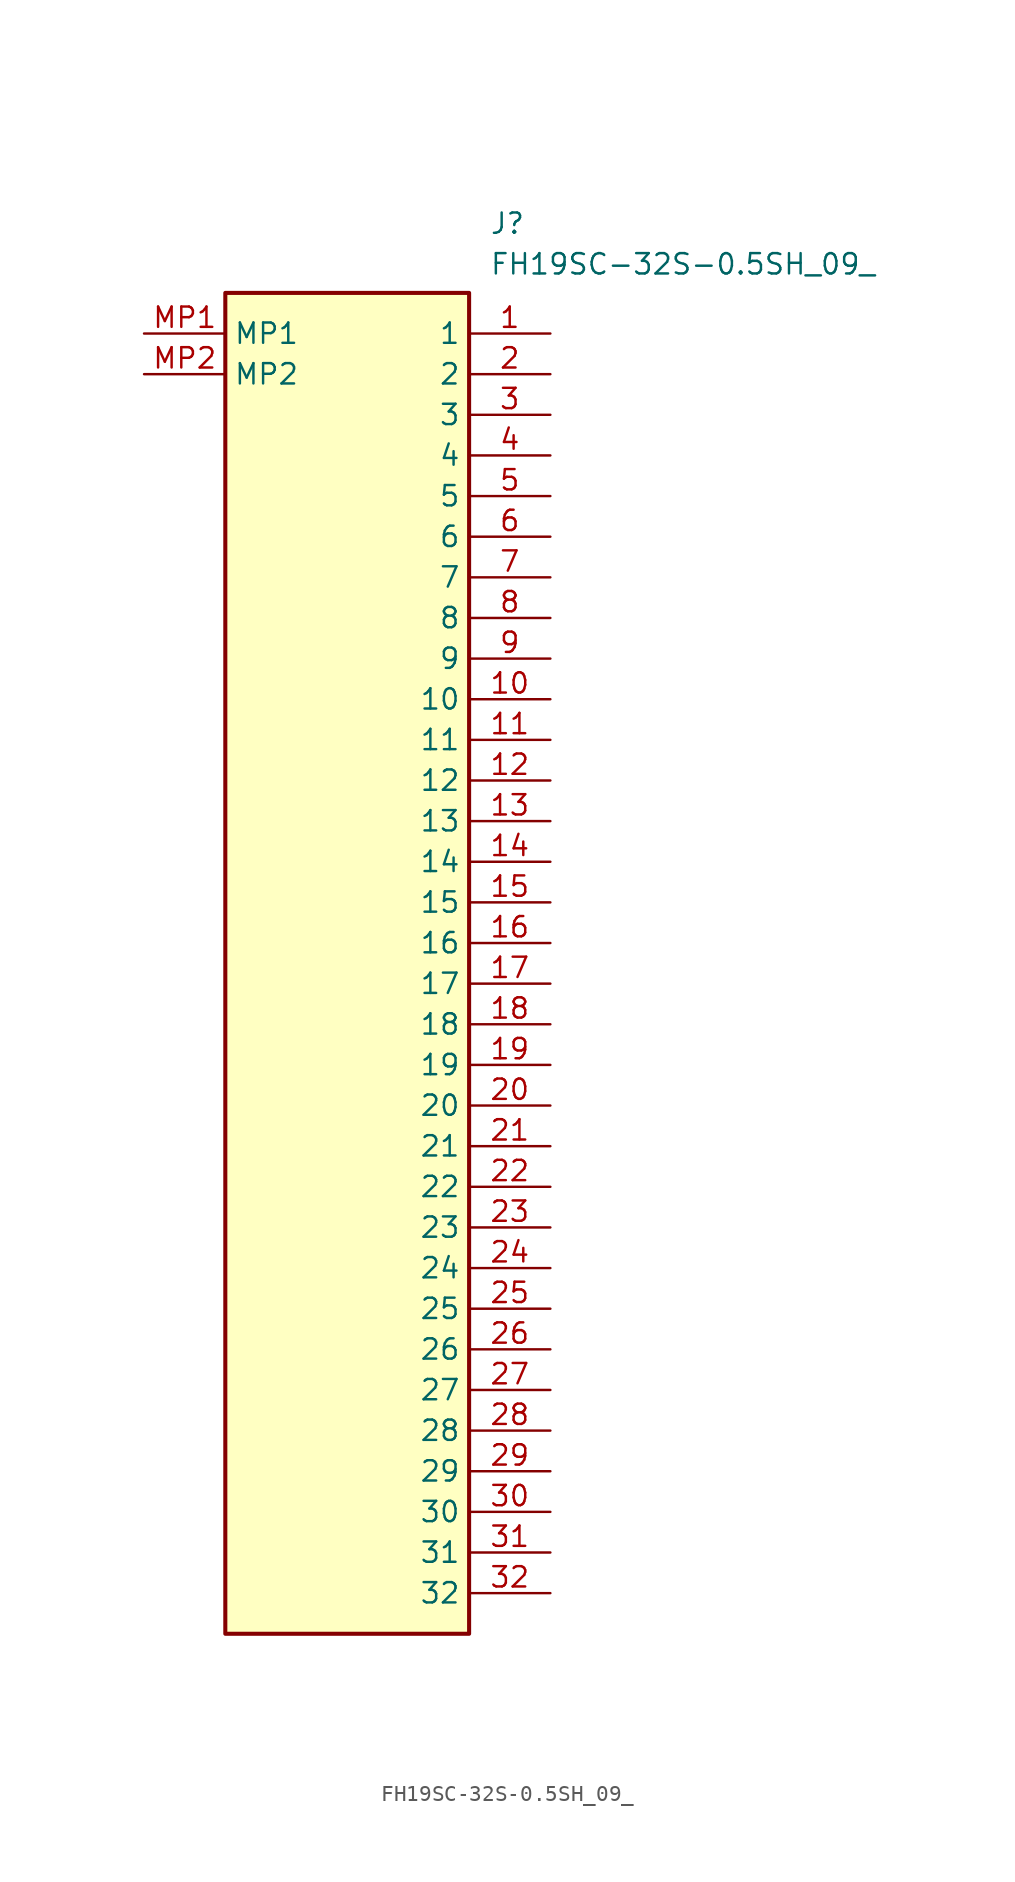
<source format=kicad_sym>
(kicad_symbol_lib
  (version 20211014)
  (generator SamacSys_ECAD_Model)
  (symbol "FH19SC-32S-0.5SH_09_"
    (property "Reference" "J"
      (at 21.59 7.62 0)
      (effects (font (size 1.27 1.27)) (justify left top)))
    (property "Value" "FH19SC-32S-0.5SH_09_"
      (at 21.59 5.08 0)
      (effects (font (size 1.27 1.27)) (justify left top)))
    (rectangle
      (start 5.08 2.54)
      (end 20.32 -81.28)
      (stroke (width 0.254) (type default))
      (fill (type background)))
    (pin passive line
      (at 25.4 0 180)
      (length 5.08)
      (name "1" (effects (font (size 1.27 1.27))))
      (number "1" (effects (font (size 1.27 1.27)))))
    (pin passive line
      (at 25.4 -2.54 180)
      (length 5.08)
      (name "2" (effects (font (size 1.27 1.27))))
      (number "2" (effects (font (size 1.27 1.27)))))
    (pin passive line
      (at 25.4 -5.08 180)
      (length 5.08)
      (name "3" (effects (font (size 1.27 1.27))))
      (number "3" (effects (font (size 1.27 1.27)))))
    (pin passive line
      (at 25.4 -7.62 180)
      (length 5.08)
      (name "4" (effects (font (size 1.27 1.27))))
      (number "4" (effects (font (size 1.27 1.27)))))
    (pin passive line
      (at 25.4 -10.16 180)
      (length 5.08)
      (name "5" (effects (font (size 1.27 1.27))))
      (number "5" (effects (font (size 1.27 1.27)))))
    (pin passive line
      (at 25.4 -12.7 180)
      (length 5.08)
      (name "6" (effects (font (size 1.27 1.27))))
      (number "6" (effects (font (size 1.27 1.27)))))
    (pin passive line
      (at 25.4 -15.24 180)
      (length 5.08)
      (name "7" (effects (font (size 1.27 1.27))))
      (number "7" (effects (font (size 1.27 1.27)))))
    (pin passive line
      (at 25.4 -17.78 180)
      (length 5.08)
      (name "8" (effects (font (size 1.27 1.27))))
      (number "8" (effects (font (size 1.27 1.27)))))
    (pin passive line
      (at 25.4 -20.32 180)
      (length 5.08)
      (name "9" (effects (font (size 1.27 1.27))))
      (number "9" (effects (font (size 1.27 1.27)))))
    (pin passive line
      (at 25.4 -22.86 180)
      (length 5.08)
      (name "10" (effects (font (size 1.27 1.27))))
      (number "10" (effects (font (size 1.27 1.27)))))
    (pin passive line
      (at 25.4 -25.4 180)
      (length 5.08)
      (name "11" (effects (font (size 1.27 1.27))))
      (number "11" (effects (font (size 1.27 1.27)))))
    (pin passive line
      (at 25.4 -27.94 180)
      (length 5.08)
      (name "12" (effects (font (size 1.27 1.27))))
      (number "12" (effects (font (size 1.27 1.27)))))
    (pin passive line
      (at 25.4 -30.48 180)
      (length 5.08)
      (name "13" (effects (font (size 1.27 1.27))))
      (number "13" (effects (font (size 1.27 1.27)))))
    (pin passive line
      (at 25.4 -33.02 180)
      (length 5.08)
      (name "14" (effects (font (size 1.27 1.27))))
      (number "14" (effects (font (size 1.27 1.27)))))
    (pin passive line
      (at 25.4 -35.56 180)
      (length 5.08)
      (name "15" (effects (font (size 1.27 1.27))))
      (number "15" (effects (font (size 1.27 1.27)))))
    (pin passive line
      (at 25.4 -38.1 180)
      (length 5.08)
      (name "16" (effects (font (size 1.27 1.27))))
      (number "16" (effects (font (size 1.27 1.27)))))
    (pin passive line
      (at 25.4 -40.64 180)
      (length 5.08)
      (name "17" (effects (font (size 1.27 1.27))))
      (number "17" (effects (font (size 1.27 1.27)))))
    (pin passive line
      (at 25.4 -43.18 180)
      (length 5.08)
      (name "18" (effects (font (size 1.27 1.27))))
      (number "18" (effects (font (size 1.27 1.27)))))
    (pin passive line
      (at 25.4 -45.72 180)
      (length 5.08)
      (name "19" (effects (font (size 1.27 1.27))))
      (number "19" (effects (font (size 1.27 1.27)))))
    (pin passive line
      (at 25.4 -48.26 180)
      (length 5.08)
      (name "20" (effects (font (size 1.27 1.27))))
      (number "20" (effects (font (size 1.27 1.27)))))
    (pin passive line
      (at 25.4 -50.8 180)
      (length 5.08)
      (name "21" (effects (font (size 1.27 1.27))))
      (number "21" (effects (font (size 1.27 1.27)))))
    (pin passive line
      (at 25.4 -53.34 180)
      (length 5.08)
      (name "22" (effects (font (size 1.27 1.27))))
      (number "22" (effects (font (size 1.27 1.27)))))
    (pin passive line
      (at 25.4 -55.88 180)
      (length 5.08)
      (name "23" (effects (font (size 1.27 1.27))))
      (number "23" (effects (font (size 1.27 1.27)))))
    (pin passive line
      (at 25.4 -58.42 180)
      (length 5.08)
      (name "24" (effects (font (size 1.27 1.27))))
      (number "24" (effects (font (size 1.27 1.27)))))
    (pin passive line
      (at 25.4 -60.96 180)
      (length 5.08)
      (name "25" (effects (font (size 1.27 1.27))))
      (number "25" (effects (font (size 1.27 1.27)))))
    (pin passive line
      (at 25.4 -63.5 180)
      (length 5.08)
      (name "26" (effects (font (size 1.27 1.27))))
      (number "26" (effects (font (size 1.27 1.27)))))
    (pin passive line
      (at 25.4 -66.04 180)
      (length 5.08)
      (name "27" (effects (font (size 1.27 1.27))))
      (number "27" (effects (font (size 1.27 1.27)))))
    (pin passive line
      (at 25.4 -68.58 180)
      (length 5.08)
      (name "28" (effects (font (size 1.27 1.27))))
      (number "28" (effects (font (size 1.27 1.27)))))
    (pin passive line
      (at 25.4 -71.12 180)
      (length 5.08)
      (name "29" (effects (font (size 1.27 1.27))))
      (number "29" (effects (font (size 1.27 1.27)))))
    (pin passive line
      (at 25.4 -73.66 180)
      (length 5.08)
      (name "30" (effects (font (size 1.27 1.27))))
      (number "30" (effects (font (size 1.27 1.27)))))
    (pin passive line
      (at 25.4 -76.2 180)
      (length 5.08)
      (name "31" (effects (font (size 1.27 1.27))))
      (number "31" (effects (font (size 1.27 1.27)))))
    (pin passive line
      (at 25.4 -78.74 180)
      (length 5.08)
      (name "32" (effects (font (size 1.27 1.27))))
      (number "32" (effects (font (size 1.27 1.27)))))
    (pin passive line
      (at 0 0 0)
      (length 5.08)
      (name "MP1" (effects (font (size 1.27 1.27))))
      (number "MP1" (effects (font (size 1.27 1.27)))))
    (pin passive line
      (at 0 -2.54 0)
      (length 5.08)
      (name "MP2" (effects (font (size 1.27 1.27))))
      (number "MP2" (effects (font (size 1.27 1.27)))))))
</source>
